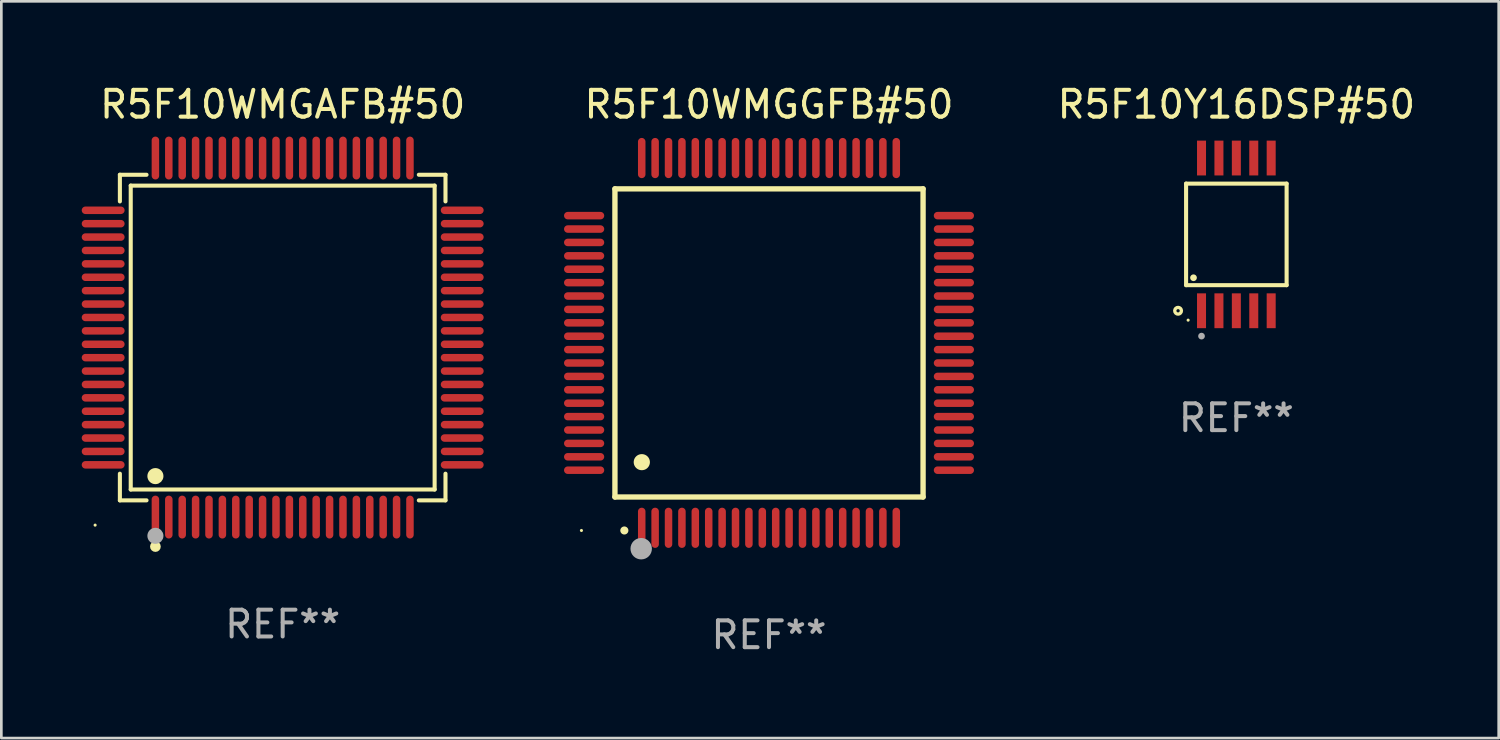
<source format=kicad_pcb>
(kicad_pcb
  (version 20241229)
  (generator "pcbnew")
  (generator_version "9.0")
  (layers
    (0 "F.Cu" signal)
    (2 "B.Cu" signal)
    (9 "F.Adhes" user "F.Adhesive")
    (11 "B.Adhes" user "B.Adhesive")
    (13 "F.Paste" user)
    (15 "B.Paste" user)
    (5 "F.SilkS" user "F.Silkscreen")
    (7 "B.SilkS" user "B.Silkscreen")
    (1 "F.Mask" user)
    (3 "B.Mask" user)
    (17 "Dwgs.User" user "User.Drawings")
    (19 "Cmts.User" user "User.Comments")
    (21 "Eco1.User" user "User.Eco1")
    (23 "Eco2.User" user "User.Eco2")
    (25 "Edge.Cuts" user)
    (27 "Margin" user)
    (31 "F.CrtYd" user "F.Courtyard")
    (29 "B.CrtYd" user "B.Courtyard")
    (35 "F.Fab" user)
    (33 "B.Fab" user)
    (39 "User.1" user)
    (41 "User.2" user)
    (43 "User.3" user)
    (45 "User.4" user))
  (footprint "R5F10WMGGFB#50"
    (layer "F.Cu")
    (at 25.65 9.748)
    (property "Reference" "R5F10WMGGFB#50" (at 0 -8.9 0) (layer "F.SilkS") (effects (font (size 1 1) (thickness 0.15))))
    (attr through_hole)
    (fp_line (start -5.75 -5.75) (end 5.75 -5.75) (stroke (width 0.2) (type solid)) (layer "F.SilkS"))
    (fp_line (start -5.75 5.75) (end -5.75 -5.75) (stroke (width 0.2) (type solid)) (layer "F.SilkS"))
    (fp_line (start 5.75 -5.75) (end 5.75 5.75) (stroke (width 0.2) (type solid)) (layer "F.SilkS"))
    (fp_line (start 5.75 5.75) (end -5.75 5.75) (stroke (width 0.2) (type solid)) (layer "F.SilkS"))
    (fp_arc (start -5.400051 7.000254) (mid -5.398781 7.000249) (end -5.397511 7.000254) (stroke (width 0.3) (type solid)) (layer "F.SilkS"))
    (fp_arc (start -4.749809 4.450089) (mid -4.747269 4.450078) (end -4.744729 4.450089) (stroke (width 0.6) (type solid)) (layer "F.SilkS"))
    (fp_circle (center -7 7) (end -6.97 7) (stroke (width 0.06) (type solid)) (fill no) (layer "F.SilkS"))
    (fp_circle (center -4.77 7.68) (end -4.57 7.68) (stroke (width 0.4) (type solid)) (fill no) (layer "F.Fab"))
    (fp_text user "REF**" (at 0 10.9 0) (layer "F.Fab") (effects (font (size 1 1) (thickness 0.15))))
    (pad "1" smd oval (at -4.75 6.9) (size 0.28 1.5) (layers "F.Cu" "F.Mask" "F.Paste"))
    (pad "2" smd oval (at -4.25 6.9) (size 0.28 1.5) (layers "F.Cu" "F.Mask" "F.Paste"))
    (pad "3" smd oval (at -3.75 6.9) (size 0.28 1.5) (layers "F.Cu" "F.Mask" "F.Paste"))
    (pad "4" smd oval (at -3.25 6.9) (size 0.28 1.5) (layers "F.Cu" "F.Mask" "F.Paste"))
    (pad "5" smd oval (at -2.75 6.9) (size 0.28 1.5) (layers "F.Cu" "F.Mask" "F.Paste"))
    (pad "6" smd oval (at -2.25 6.9) (size 0.28 1.5) (layers "F.Cu" "F.Mask" "F.Paste"))
    (pad "7" smd oval (at -1.75 6.9) (size 0.28 1.5) (layers "F.Cu" "F.Mask" "F.Paste"))
    (pad "8" smd oval (at -1.25 6.9) (size 0.28 1.5) (layers "F.Cu" "F.Mask" "F.Paste"))
    (pad "9" smd oval (at -0.75 6.9) (size 0.28 1.5) (layers "F.Cu" "F.Mask" "F.Paste"))
    (pad "10" smd oval (at -0.25 6.9) (size 0.28 1.5) (layers "F.Cu" "F.Mask" "F.Paste"))
    (pad "11" smd oval (at 0.25 6.9) (size 0.28 1.5) (layers "F.Cu" "F.Mask" "F.Paste"))
    (pad "12" smd oval (at 0.75 6.9) (size 0.28 1.5) (layers "F.Cu" "F.Mask" "F.Paste"))
    (pad "13" smd oval (at 1.25 6.9) (size 0.28 1.5) (layers "F.Cu" "F.Mask" "F.Paste"))
    (pad "14" smd oval (at 1.75 6.9) (size 0.28 1.5) (layers "F.Cu" "F.Mask" "F.Paste"))
    (pad "15" smd oval (at 2.25 6.9) (size 0.28 1.5) (layers "F.Cu" "F.Mask" "F.Paste"))
    (pad "16" smd oval (at 2.75 6.9) (size 0.28 1.5) (layers "F.Cu" "F.Mask" "F.Paste"))
    (pad "17" smd oval (at 3.25 6.9) (size 0.28 1.5) (layers "F.Cu" "F.Mask" "F.Paste"))
    (pad "18" smd oval (at 3.75 6.9) (size 0.28 1.5) (layers "F.Cu" "F.Mask" "F.Paste"))
    (pad "19" smd oval (at 4.25 6.9) (size 0.28 1.5) (layers "F.Cu" "F.Mask" "F.Paste"))
    (pad "20" smd oval (at 4.75 6.9) (size 0.28 1.5) (layers "F.Cu" "F.Mask" "F.Paste"))
    (pad "21" smd oval (at 6.9 4.75) (size 1.5 0.28) (layers "F.Cu" "F.Mask" "F.Paste"))
    (pad "22" smd oval (at 6.9 4.25) (size 1.5 0.28) (layers "F.Cu" "F.Mask" "F.Paste"))
    (pad "23" smd oval (at 6.9 3.75) (size 1.5 0.28) (layers "F.Cu" "F.Mask" "F.Paste"))
    (pad "24" smd oval (at 6.9 3.25) (size 1.5 0.28) (layers "F.Cu" "F.Mask" "F.Paste"))
    (pad "25" smd oval (at 6.9 2.75) (size 1.5 0.28) (layers "F.Cu" "F.Mask" "F.Paste"))
    (pad "26" smd oval (at 6.9 2.25) (size 1.5 0.28) (layers "F.Cu" "F.Mask" "F.Paste"))
    (pad "27" smd oval (at 6.9 1.75) (size 1.5 0.28) (layers "F.Cu" "F.Mask" "F.Paste"))
    (pad "28" smd oval (at 6.9 1.25) (size 1.5 0.28) (layers "F.Cu" "F.Mask" "F.Paste"))
    (pad "29" smd oval (at 6.9 0.75) (size 1.5 0.28) (layers "F.Cu" "F.Mask" "F.Paste"))
    (pad "30" smd oval (at 6.9 0.25) (size 1.5 0.28) (layers "F.Cu" "F.Mask" "F.Paste"))
    (pad "31" smd oval (at 6.9 -0.25) (size 1.5 0.28) (layers "F.Cu" "F.Mask" "F.Paste"))
    (pad "32" smd oval (at 6.9 -0.75) (size 1.5 0.28) (layers "F.Cu" "F.Mask" "F.Paste"))
    (pad "33" smd oval (at 6.9 -1.25) (size 1.5 0.28) (layers "F.Cu" "F.Mask" "F.Paste"))
    (pad "34" smd oval (at 6.9 -1.75) (size 1.5 0.28) (layers "F.Cu" "F.Mask" "F.Paste"))
    (pad "35" smd oval (at 6.9 -2.25) (size 1.5 0.28) (layers "F.Cu" "F.Mask" "F.Paste"))
    (pad "36" smd oval (at 6.9 -2.75) (size 1.5 0.28) (layers "F.Cu" "F.Mask" "F.Paste"))
    (pad "37" smd oval (at 6.9 -3.25) (size 1.5 0.28) (layers "F.Cu" "F.Mask" "F.Paste"))
    (pad "38" smd oval (at 6.9 -3.75) (size 1.5 0.28) (layers "F.Cu" "F.Mask" "F.Paste"))
    (pad "39" smd oval (at 6.9 -4.25) (size 1.5 0.28) (layers "F.Cu" "F.Mask" "F.Paste"))
    (pad "40" smd oval (at 6.9 -4.75) (size 1.5 0.28) (layers "F.Cu" "F.Mask" "F.Paste"))
    (pad "41" smd oval (at 4.75 -6.9) (size 0.28 1.5) (layers "F.Cu" "F.Mask" "F.Paste"))
    (pad "42" smd oval (at 4.25 -6.9) (size 0.28 1.5) (layers "F.Cu" "F.Mask" "F.Paste"))
    (pad "43" smd oval (at 3.75 -6.9) (size 0.28 1.5) (layers "F.Cu" "F.Mask" "F.Paste"))
    (pad "44" smd oval (at 3.25 -6.9) (size 0.28 1.5) (layers "F.Cu" "F.Mask" "F.Paste"))
    (pad "45" smd oval (at 2.75 -6.9) (size 0.28 1.5) (layers "F.Cu" "F.Mask" "F.Paste"))
    (pad "46" smd oval (at 2.25 -6.9) (size 0.28 1.5) (layers "F.Cu" "F.Mask" "F.Paste"))
    (pad "47" smd oval (at 1.75 -6.9) (size 0.28 1.5) (layers "F.Cu" "F.Mask" "F.Paste"))
    (pad "48" smd oval (at 1.25 -6.9) (size 0.28 1.5) (layers "F.Cu" "F.Mask" "F.Paste"))
    (pad "49" smd oval (at 0.75 -6.9) (size 0.28 1.5) (layers "F.Cu" "F.Mask" "F.Paste"))
    (pad "50" smd oval (at 0.25 -6.9) (size 0.28 1.5) (layers "F.Cu" "F.Mask" "F.Paste"))
    (pad "51" smd oval (at -0.25 -6.9) (size 0.28 1.5) (layers "F.Cu" "F.Mask" "F.Paste"))
    (pad "52" smd oval (at -0.75 -6.9) (size 0.28 1.5) (layers "F.Cu" "F.Mask" "F.Paste"))
    (pad "53" smd oval (at -1.25 -6.9) (size 0.28 1.5) (layers "F.Cu" "F.Mask" "F.Paste"))
    (pad "54" smd oval (at -1.75 -6.9) (size 0.28 1.5) (layers "F.Cu" "F.Mask" "F.Paste"))
    (pad "55" smd oval (at -2.25 -6.9) (size 0.28 1.5) (layers "F.Cu" "F.Mask" "F.Paste"))
    (pad "56" smd oval (at -2.75 -6.9) (size 0.28 1.5) (layers "F.Cu" "F.Mask" "F.Paste"))
    (pad "57" smd oval (at -3.25 -6.9) (size 0.28 1.5) (layers "F.Cu" "F.Mask" "F.Paste"))
    (pad "58" smd oval (at -3.75 -6.9) (size 0.28 1.5) (layers "F.Cu" "F.Mask" "F.Paste"))
    (pad "59" smd oval (at -4.25 -6.9) (size 0.28 1.5) (layers "F.Cu" "F.Mask" "F.Paste"))
    (pad "60" smd oval (at -4.75 -6.9) (size 0.28 1.5) (layers "F.Cu" "F.Mask" "F.Paste"))
    (pad "61" smd oval (at -6.9 -4.75) (size 1.5 0.28) (layers "F.Cu" "F.Mask" "F.Paste"))
    (pad "62" smd oval (at -6.9 -4.25) (size 1.5 0.28) (layers "F.Cu" "F.Mask" "F.Paste"))
    (pad "63" smd oval (at -6.9 -3.75) (size 1.5 0.28) (layers "F.Cu" "F.Mask" "F.Paste"))
    (pad "64" smd oval (at -6.9 -3.25) (size 1.5 0.28) (layers "F.Cu" "F.Mask" "F.Paste"))
    (pad "65" smd oval (at -6.9 -2.75) (size 1.5 0.28) (layers "F.Cu" "F.Mask" "F.Paste"))
    (pad "66" smd oval (at -6.9 -2.25) (size 1.5 0.28) (layers "F.Cu" "F.Mask" "F.Paste"))
    (pad "67" smd oval (at -6.9 -1.75) (size 1.5 0.28) (layers "F.Cu" "F.Mask" "F.Paste"))
    (pad "68" smd oval (at -6.9 -1.25) (size 1.5 0.28) (layers "F.Cu" "F.Mask" "F.Paste"))
    (pad "69" smd oval (at -6.9 -0.75) (size 1.5 0.28) (layers "F.Cu" "F.Mask" "F.Paste"))
    (pad "70" smd oval (at -6.9 -0.25) (size 1.5 0.28) (layers "F.Cu" "F.Mask" "F.Paste"))
    (pad "71" smd oval (at -6.9 0.25) (size 1.5 0.28) (layers "F.Cu" "F.Mask" "F.Paste"))
    (pad "72" smd oval (at -6.9 0.75) (size 1.5 0.28) (layers "F.Cu" "F.Mask" "F.Paste"))
    (pad "73" smd oval (at -6.9 1.25) (size 1.5 0.28) (layers "F.Cu" "F.Mask" "F.Paste"))
    (pad "74" smd oval (at -6.9 1.75) (size 1.5 0.28) (layers "F.Cu" "F.Mask" "F.Paste"))
    (pad "75" smd oval (at -6.9 2.25) (size 1.5 0.28) (layers "F.Cu" "F.Mask" "F.Paste"))
    (pad "76" smd oval (at -6.9 2.75) (size 1.5 0.28) (layers "F.Cu" "F.Mask" "F.Paste"))
    (pad "77" smd oval (at -6.9 3.25) (size 1.5 0.28) (layers "F.Cu" "F.Mask" "F.Paste"))
    (pad "78" smd oval (at -6.9 3.75) (size 1.5 0.28) (layers "F.Cu" "F.Mask" "F.Paste"))
    (pad "79" smd oval (at -6.9 4.25) (size 1.5 0.28) (layers "F.Cu" "F.Mask" "F.Paste"))
    (pad "80" smd oval (at -6.9 4.75) (size 1.5 0.28) (layers "F.Cu" "F.Mask" "F.Paste")))
  (footprint "R5F10Y16DSP#50"
    (layer "F.Cu")
    (at 43.092 5.698)
    (property "Reference" "R5F10Y16DSP#50" (at 0 -4.85 0) (layer "F.SilkS") (effects (font (size 1 1) (thickness 0.15))))
    (attr through_hole)
    (fp_line (start -1.876 -1.895) (end 1.876 -1.895) (stroke (width 0.152) (type solid)) (layer "F.SilkS"))
    (fp_line (start -1.876 1.895) (end -1.876 -1.895) (stroke (width 0.152) (type solid)) (layer "F.SilkS"))
    (fp_line (start 1.876 -1.895) (end 1.876 1.895) (stroke (width 0.152) (type solid)) (layer "F.SilkS"))
    (fp_line (start 1.876 1.895) (end -1.876 1.895) (stroke (width 0.152) (type solid)) (layer "F.SilkS"))
    (fp_circle (center -2.175 2.85) (end -2.113 2.85) (stroke (width 0.125) (type solid)) (fill no) (layer "F.SilkS"))
    (fp_circle (center -1.8 3.2) (end -1.77 3.2) (stroke (width 0.06) (type solid)) (fill no) (layer "F.SilkS"))
    (fp_circle (center -1.599 1.618) (end -1.536 1.618) (stroke (width 0.125) (type solid)) (fill no) (layer "F.SilkS"))
    (fp_circle (center -1.3 3.796) (end -1.237 3.796) (stroke (width 0.125) (type solid)) (fill no) (layer "F.Fab"))
    (fp_text user "REF**" (at 0 6.85 0) (layer "F.Fab") (effects (font (size 1 1) (thickness 0.15))))
    (pad "1" smd rect (at -1.3 2.85) (size 0.336 1.3) (layers "F.Cu" "F.Mask" "F.Paste"))
    (pad "2" smd rect (at -0.65 2.85) (size 0.336 1.3) (layers "F.Cu" "F.Mask" "F.Paste"))
    (pad "3" smd rect (at 0 2.85) (size 0.336 1.3) (layers "F.Cu" "F.Mask" "F.Paste"))
    (pad "4" smd rect (at 0.65 2.85) (size 0.336 1.3) (layers "F.Cu" "F.Mask" "F.Paste"))
    (pad "5" smd rect (at 1.3 2.85) (size 0.336 1.3) (layers "F.Cu" "F.Mask" "F.Paste"))
    (pad "6" smd rect (at 1.3 -2.85) (size 0.336 1.3) (layers "F.Cu" "F.Mask" "F.Paste"))
    (pad "7" smd rect (at 0.65 -2.85) (size 0.336 1.3) (layers "F.Cu" "F.Mask" "F.Paste"))
    (pad "8" smd rect (at 0 -2.85) (size 0.336 1.3) (layers "F.Cu" "F.Mask" "F.Paste"))
    (pad "9" smd rect (at -0.65 -2.85) (size 0.336 1.3) (layers "F.Cu" "F.Mask" "F.Paste"))
    (pad "10" smd rect (at -1.3 -2.85) (size 0.336 1.3) (layers "F.Cu" "F.Mask" "F.Paste")))
  (footprint "R5F10WMGAFB#50"
    (layer "F.Cu")
    (at 7.5 9.548)
    (property "Reference" "R5F10WMGAFB#50" (at 0 -8.7 0) (layer "F.SilkS") (effects (font (size 1 1) (thickness 0.15))))
    (attr through_hole)
    (fp_line (start -6.076 -6.076) (end -5.081 -6.076) (stroke (width 0.152) (type solid)) (layer "F.SilkS"))
    (fp_line (start -6.076 -5.081) (end -6.076 -6.076) (stroke (width 0.152) (type solid)) (layer "F.SilkS"))
    (fp_line (start -6.076 5.081) (end -6.076 6.076) (stroke (width 0.152) (type solid)) (layer "F.SilkS"))
    (fp_line (start -6.076 6.076) (end -5.081 6.076) (stroke (width 0.152) (type solid)) (layer "F.SilkS"))
    (fp_line (start -5.671 -5.671) (end 5.671 -5.671) (stroke (width 0.152) (type solid)) (layer "F.SilkS"))
    (fp_line (start -5.671 5.671) (end -5.671 -5.671) (stroke (width 0.152) (type solid)) (layer "F.SilkS"))
    (fp_line (start 5.671 -5.671) (end 5.671 5.671) (stroke (width 0.152) (type solid)) (layer "F.SilkS"))
    (fp_line (start 5.671 5.671) (end -5.671 5.671) (stroke (width 0.152) (type solid)) (layer "F.SilkS"))
    (fp_line (start 6.076 -6.076) (end 5.081 -6.076) (stroke (width 0.152) (type solid)) (layer "F.SilkS"))
    (fp_line (start 6.076 -5.081) (end 6.076 -6.076) (stroke (width 0.152) (type solid)) (layer "F.SilkS"))
    (fp_line (start 6.076 5.081) (end 6.076 6.076) (stroke (width 0.152) (type solid)) (layer "F.SilkS"))
    (fp_line (start 6.076 6.076) (end 5.081 6.076) (stroke (width 0.152) (type solid)) (layer "F.SilkS"))
    (fp_circle (center -7 7) (end -6.97 7) (stroke (width 0.06) (type solid)) (fill no) (layer "F.SilkS"))
    (fp_circle (center -4.75 5.171) (end -4.6 5.171) (stroke (width 0.3) (type solid)) (fill no) (layer "F.SilkS"))
    (fp_circle (center -4.75 7.8) (end -4.65 7.8) (stroke (width 0.2) (type solid)) (fill no) (layer "F.SilkS"))
    (fp_circle (center -4.75 7.4) (end -4.6 7.4) (stroke (width 0.3) (type solid)) (fill no) (layer "F.Fab"))
    (fp_text user "REF**" (at 0 10.7 0) (layer "F.Fab") (effects (font (size 1 1) (thickness 0.15))))
    (pad "1" smd oval (at -4.75 6.7) (size 0.28 1.6) (layers "F.Cu" "F.Mask" "F.Paste"))
    (pad "2" smd oval (at -4.25 6.7) (size 0.28 1.6) (layers "F.Cu" "F.Mask" "F.Paste"))
    (pad "3" smd oval (at -3.75 6.7) (size 0.28 1.6) (layers "F.Cu" "F.Mask" "F.Paste"))
    (pad "4" smd oval (at -3.25 6.7) (size 0.28 1.6) (layers "F.Cu" "F.Mask" "F.Paste"))
    (pad "5" smd oval (at -2.75 6.7) (size 0.28 1.6) (layers "F.Cu" "F.Mask" "F.Paste"))
    (pad "6" smd oval (at -2.25 6.7) (size 0.28 1.6) (layers "F.Cu" "F.Mask" "F.Paste"))
    (pad "7" smd oval (at -1.75 6.7) (size 0.28 1.6) (layers "F.Cu" "F.Mask" "F.Paste"))
    (pad "8" smd oval (at -1.25 6.7) (size 0.28 1.6) (layers "F.Cu" "F.Mask" "F.Paste"))
    (pad "9" smd oval (at -0.75 6.7) (size 0.28 1.6) (layers "F.Cu" "F.Mask" "F.Paste"))
    (pad "10" smd oval (at -0.25 6.7) (size 0.28 1.6) (layers "F.Cu" "F.Mask" "F.Paste"))
    (pad "11" smd oval (at 0.25 6.7) (size 0.28 1.6) (layers "F.Cu" "F.Mask" "F.Paste"))
    (pad "12" smd oval (at 0.75 6.7) (size 0.28 1.6) (layers "F.Cu" "F.Mask" "F.Paste"))
    (pad "13" smd oval (at 1.25 6.7) (size 0.28 1.6) (layers "F.Cu" "F.Mask" "F.Paste"))
    (pad "14" smd oval (at 1.75 6.7) (size 0.28 1.6) (layers "F.Cu" "F.Mask" "F.Paste"))
    (pad "15" smd oval (at 2.25 6.7) (size 0.28 1.6) (layers "F.Cu" "F.Mask" "F.Paste"))
    (pad "16" smd oval (at 2.75 6.7) (size 0.28 1.6) (layers "F.Cu" "F.Mask" "F.Paste"))
    (pad "17" smd oval (at 3.25 6.7) (size 0.28 1.6) (layers "F.Cu" "F.Mask" "F.Paste"))
    (pad "18" smd oval (at 3.75 6.7) (size 0.28 1.6) (layers "F.Cu" "F.Mask" "F.Paste"))
    (pad "19" smd oval (at 4.25 6.7) (size 0.28 1.6) (layers "F.Cu" "F.Mask" "F.Paste"))
    (pad "20" smd oval (at 4.75 6.7) (size 0.28 1.6) (layers "F.Cu" "F.Mask" "F.Paste"))
    (pad "21" smd oval (at 6.7 4.75) (size 1.6 0.28) (layers "F.Cu" "F.Mask" "F.Paste"))
    (pad "22" smd oval (at 6.7 4.25) (size 1.6 0.28) (layers "F.Cu" "F.Mask" "F.Paste"))
    (pad "23" smd oval (at 6.7 3.75) (size 1.6 0.28) (layers "F.Cu" "F.Mask" "F.Paste"))
    (pad "24" smd oval (at 6.7 3.25) (size 1.6 0.28) (layers "F.Cu" "F.Mask" "F.Paste"))
    (pad "25" smd oval (at 6.7 2.75) (size 1.6 0.28) (layers "F.Cu" "F.Mask" "F.Paste"))
    (pad "26" smd oval (at 6.7 2.25) (size 1.6 0.28) (layers "F.Cu" "F.Mask" "F.Paste"))
    (pad "27" smd oval (at 6.7 1.75) (size 1.6 0.28) (layers "F.Cu" "F.Mask" "F.Paste"))
    (pad "28" smd oval (at 6.7 1.25) (size 1.6 0.28) (layers "F.Cu" "F.Mask" "F.Paste"))
    (pad "29" smd oval (at 6.7 0.75) (size 1.6 0.28) (layers "F.Cu" "F.Mask" "F.Paste"))
    (pad "30" smd oval (at 6.7 0.25) (size 1.6 0.28) (layers "F.Cu" "F.Mask" "F.Paste"))
    (pad "31" smd oval (at 6.7 -0.25) (size 1.6 0.28) (layers "F.Cu" "F.Mask" "F.Paste"))
    (pad "32" smd oval (at 6.7 -0.75) (size 1.6 0.28) (layers "F.Cu" "F.Mask" "F.Paste"))
    (pad "33" smd oval (at 6.7 -1.25) (size 1.6 0.28) (layers "F.Cu" "F.Mask" "F.Paste"))
    (pad "34" smd oval (at 6.7 -1.75) (size 1.6 0.28) (layers "F.Cu" "F.Mask" "F.Paste"))
    (pad "35" smd oval (at 6.7 -2.25) (size 1.6 0.28) (layers "F.Cu" "F.Mask" "F.Paste"))
    (pad "36" smd oval (at 6.7 -2.75) (size 1.6 0.28) (layers "F.Cu" "F.Mask" "F.Paste"))
    (pad "37" smd oval (at 6.7 -3.25) (size 1.6 0.28) (layers "F.Cu" "F.Mask" "F.Paste"))
    (pad "38" smd oval (at 6.7 -3.75) (size 1.6 0.28) (layers "F.Cu" "F.Mask" "F.Paste"))
    (pad "39" smd oval (at 6.7 -4.25) (size 1.6 0.28) (layers "F.Cu" "F.Mask" "F.Paste"))
    (pad "40" smd oval (at 6.7 -4.75) (size 1.6 0.28) (layers "F.Cu" "F.Mask" "F.Paste"))
    (pad "41" smd oval (at 4.75 -6.7) (size 0.28 1.6) (layers "F.Cu" "F.Mask" "F.Paste"))
    (pad "42" smd oval (at 4.25 -6.7) (size 0.28 1.6) (layers "F.Cu" "F.Mask" "F.Paste"))
    (pad "43" smd oval (at 3.75 -6.7) (size 0.28 1.6) (layers "F.Cu" "F.Mask" "F.Paste"))
    (pad "44" smd oval (at 3.25 -6.7) (size 0.28 1.6) (layers "F.Cu" "F.Mask" "F.Paste"))
    (pad "45" smd oval (at 2.75 -6.7) (size 0.28 1.6) (layers "F.Cu" "F.Mask" "F.Paste"))
    (pad "46" smd oval (at 2.25 -6.7) (size 0.28 1.6) (layers "F.Cu" "F.Mask" "F.Paste"))
    (pad "47" smd oval (at 1.75 -6.7) (size 0.28 1.6) (layers "F.Cu" "F.Mask" "F.Paste"))
    (pad "48" smd oval (at 1.25 -6.7) (size 0.28 1.6) (layers "F.Cu" "F.Mask" "F.Paste"))
    (pad "49" smd oval (at 0.75 -6.7) (size 0.28 1.6) (layers "F.Cu" "F.Mask" "F.Paste"))
    (pad "50" smd oval (at 0.25 -6.7) (size 0.28 1.6) (layers "F.Cu" "F.Mask" "F.Paste"))
    (pad "51" smd oval (at -0.25 -6.7) (size 0.28 1.6) (layers "F.Cu" "F.Mask" "F.Paste"))
    (pad "52" smd oval (at -0.75 -6.7) (size 0.28 1.6) (layers "F.Cu" "F.Mask" "F.Paste"))
    (pad "53" smd oval (at -1.25 -6.7) (size 0.28 1.6) (layers "F.Cu" "F.Mask" "F.Paste"))
    (pad "54" smd oval (at -1.75 -6.7) (size 0.28 1.6) (layers "F.Cu" "F.Mask" "F.Paste"))
    (pad "55" smd oval (at -2.25 -6.7) (size 0.28 1.6) (layers "F.Cu" "F.Mask" "F.Paste"))
    (pad "56" smd oval (at -2.75 -6.7) (size 0.28 1.6) (layers "F.Cu" "F.Mask" "F.Paste"))
    (pad "57" smd oval (at -3.25 -6.7) (size 0.28 1.6) (layers "F.Cu" "F.Mask" "F.Paste"))
    (pad "58" smd oval (at -3.75 -6.7) (size 0.28 1.6) (layers "F.Cu" "F.Mask" "F.Paste"))
    (pad "59" smd oval (at -4.25 -6.7) (size 0.28 1.6) (layers "F.Cu" "F.Mask" "F.Paste"))
    (pad "60" smd oval (at -4.75 -6.7) (size 0.28 1.6) (layers "F.Cu" "F.Mask" "F.Paste"))
    (pad "61" smd oval (at -6.7 -4.75) (size 1.6 0.28) (layers "F.Cu" "F.Mask" "F.Paste"))
    (pad "62" smd oval (at -6.7 -4.25) (size 1.6 0.28) (layers "F.Cu" "F.Mask" "F.Paste"))
    (pad "63" smd oval (at -6.7 -3.75) (size 1.6 0.28) (layers "F.Cu" "F.Mask" "F.Paste"))
    (pad "64" smd oval (at -6.7 -3.25) (size 1.6 0.28) (layers "F.Cu" "F.Mask" "F.Paste"))
    (pad "65" smd oval (at -6.7 -2.75) (size 1.6 0.28) (layers "F.Cu" "F.Mask" "F.Paste"))
    (pad "66" smd oval (at -6.7 -2.25) (size 1.6 0.28) (layers "F.Cu" "F.Mask" "F.Paste"))
    (pad "67" smd oval (at -6.7 -1.75) (size 1.6 0.28) (layers "F.Cu" "F.Mask" "F.Paste"))
    (pad "68" smd oval (at -6.7 -1.25) (size 1.6 0.28) (layers "F.Cu" "F.Mask" "F.Paste"))
    (pad "69" smd oval (at -6.7 -0.75) (size 1.6 0.28) (layers "F.Cu" "F.Mask" "F.Paste"))
    (pad "70" smd oval (at -6.7 -0.25) (size 1.6 0.28) (layers "F.Cu" "F.Mask" "F.Paste"))
    (pad "71" smd oval (at -6.7 0.25) (size 1.6 0.28) (layers "F.Cu" "F.Mask" "F.Paste"))
    (pad "72" smd oval (at -6.7 0.75) (size 1.6 0.28) (layers "F.Cu" "F.Mask" "F.Paste"))
    (pad "73" smd oval (at -6.7 1.25) (size 1.6 0.28) (layers "F.Cu" "F.Mask" "F.Paste"))
    (pad "74" smd oval (at -6.7 1.75) (size 1.6 0.28) (layers "F.Cu" "F.Mask" "F.Paste"))
    (pad "75" smd oval (at -6.7 2.25) (size 1.6 0.28) (layers "F.Cu" "F.Mask" "F.Paste"))
    (pad "76" smd oval (at -6.7 2.75) (size 1.6 0.28) (layers "F.Cu" "F.Mask" "F.Paste"))
    (pad "77" smd oval (at -6.7 3.25) (size 1.6 0.28) (layers "F.Cu" "F.Mask" "F.Paste"))
    (pad "78" smd oval (at -6.7 3.75) (size 1.6 0.28) (layers "F.Cu" "F.Mask" "F.Paste"))
    (pad "79" smd oval (at -6.7 4.25) (size 1.6 0.28) (layers "F.Cu" "F.Mask" "F.Paste"))
    (pad "80" smd oval (at -6.7 4.75) (size 1.6 0.28) (layers "F.Cu" "F.Mask" "F.Paste")))
  (gr_rect
    (start -3 -3)
    (end 52.883 24.496)
    (stroke (width 0.1) (type default))
    (fill no)
    (layer "Edge.Cuts")))
</source>
